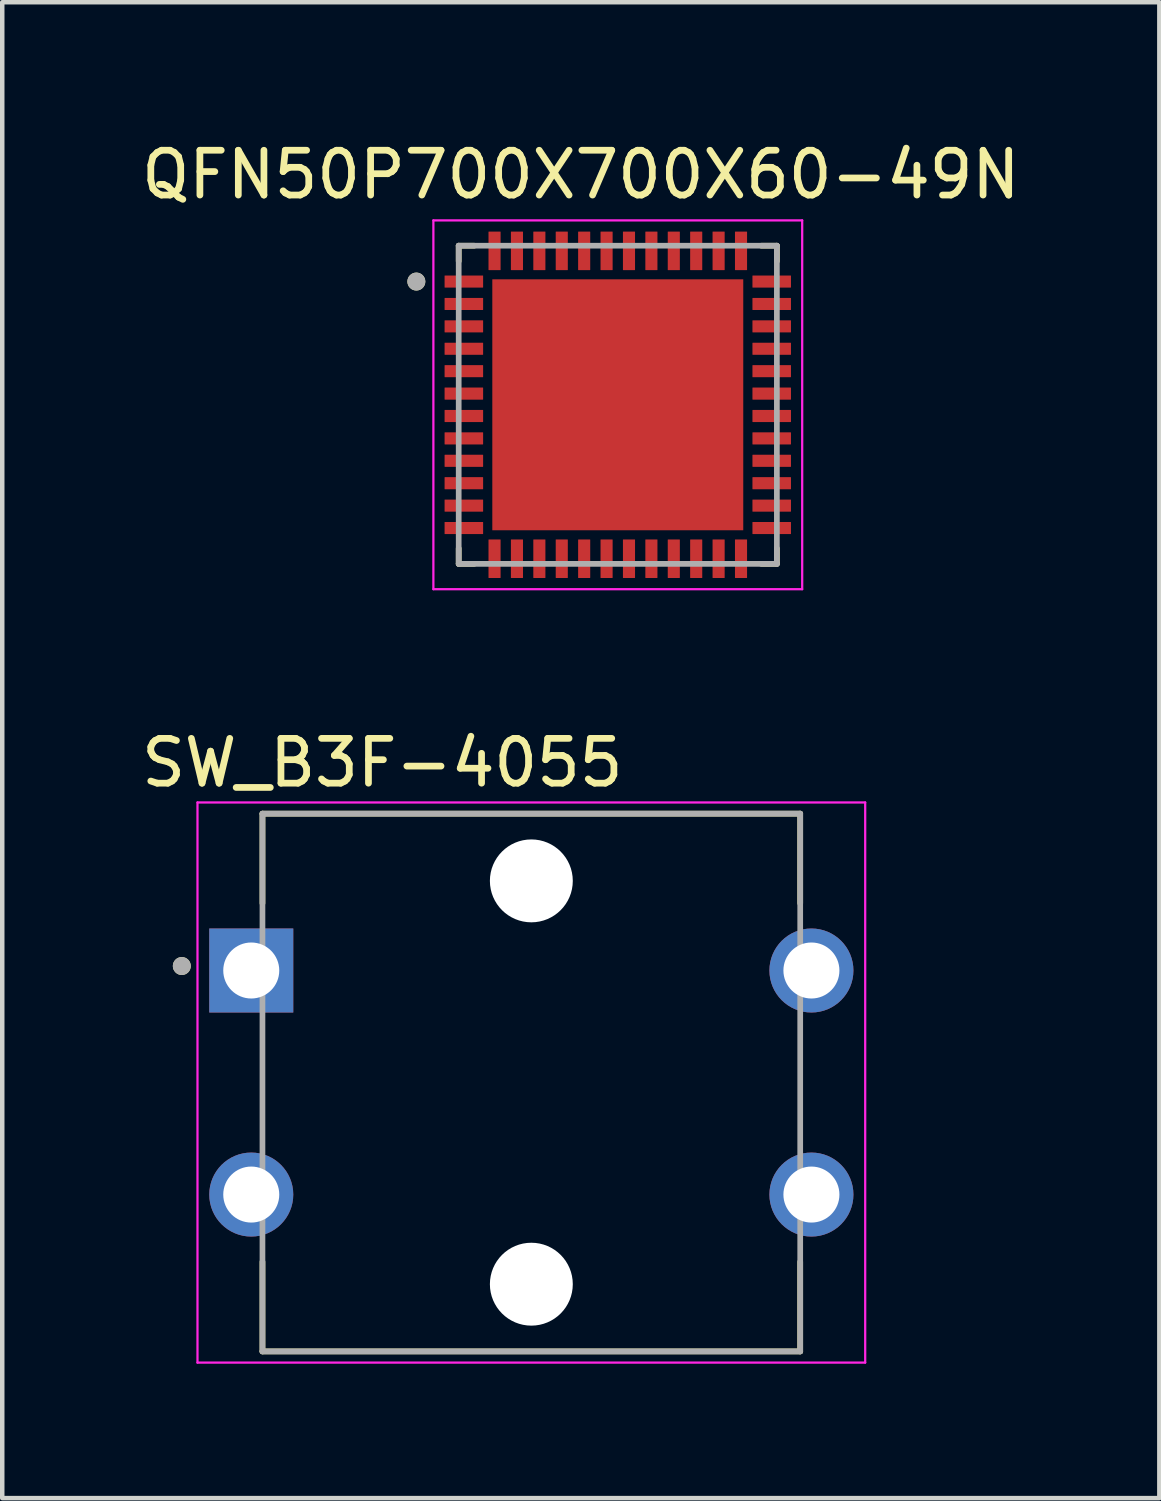
<source format=kicad_pcb>
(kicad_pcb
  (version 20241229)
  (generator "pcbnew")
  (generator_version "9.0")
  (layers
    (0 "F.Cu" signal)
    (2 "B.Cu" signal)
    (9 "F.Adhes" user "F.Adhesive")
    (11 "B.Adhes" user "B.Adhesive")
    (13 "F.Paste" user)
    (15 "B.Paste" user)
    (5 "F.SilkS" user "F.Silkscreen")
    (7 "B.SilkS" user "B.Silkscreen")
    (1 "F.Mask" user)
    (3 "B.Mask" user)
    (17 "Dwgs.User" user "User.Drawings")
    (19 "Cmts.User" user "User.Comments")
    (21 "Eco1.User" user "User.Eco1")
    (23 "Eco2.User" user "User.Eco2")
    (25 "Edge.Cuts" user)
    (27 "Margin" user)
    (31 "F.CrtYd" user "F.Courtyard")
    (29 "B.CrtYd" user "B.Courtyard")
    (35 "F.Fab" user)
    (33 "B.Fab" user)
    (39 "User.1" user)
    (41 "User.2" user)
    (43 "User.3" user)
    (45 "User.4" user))
  (footprint "QFN50P700X700X60-49N"
    (layer "F.Cu")
    (at 10.736 5.983)
    (property "Reference" "QFN50P700X700X60-49N" (at -0.825 -5.135 0) (layer "F.SilkS") (effects (font (size 1 1) (thickness 0.15))))
    (attr through_hole)
    (fp_line (start -3.55 -3.55) (end -3.55 -3.205) (stroke (width 0.127) (type solid)) (layer "F.SilkS"))
    (fp_line (start -3.55 -3.55) (end -3.205 -3.55) (stroke (width 0.127) (type solid)) (layer "F.SilkS"))
    (fp_line (start -3.55 3.55) (end -3.55 3.205) (stroke (width 0.127) (type solid)) (layer "F.SilkS"))
    (fp_line (start -3.55 3.55) (end -3.205 3.55) (stroke (width 0.127) (type solid)) (layer "F.SilkS"))
    (fp_line (start 3.55 -3.55) (end 3.205 -3.55) (stroke (width 0.127) (type solid)) (layer "F.SilkS"))
    (fp_line (start 3.55 -3.55) (end 3.55 -3.205) (stroke (width 0.127) (type solid)) (layer "F.SilkS"))
    (fp_line (start 3.55 3.55) (end 3.205 3.55) (stroke (width 0.127) (type solid)) (layer "F.SilkS"))
    (fp_line (start 3.55 3.55) (end 3.55 3.205) (stroke (width 0.127) (type solid)) (layer "F.SilkS"))
    (fp_circle (center -4.495 -2.75) (end -4.395 -2.75) (stroke (width 0.2) (type solid)) (fill no) (layer "F.SilkS"))
    (fp_poly (pts (xy -2.29 -2.29) (xy -0.51 -2.29) (xy -0.51 -0.51) (xy -2.29 -0.51)) (stroke (width 0.01) (type solid)) (fill yes) (layer "F.Paste"))
    (fp_poly (pts (xy -2.29 0.51) (xy -0.51 0.51) (xy -0.51 2.29) (xy -2.29 2.29)) (stroke (width 0.01) (type solid)) (fill yes) (layer "F.Paste"))
    (fp_poly (pts (xy 0.51 -2.29) (xy 2.29 -2.29) (xy 2.29 -0.51) (xy 0.51 -0.51)) (stroke (width 0.01) (type solid)) (fill yes) (layer "F.Paste"))
    (fp_poly (pts (xy 0.51 0.51) (xy 2.29 0.51) (xy 2.29 2.29) (xy 0.51 2.29)) (stroke (width 0.01) (type solid)) (fill yes) (layer "F.Paste"))
    (fp_line (start -4.115 -4.115) (end 4.115 -4.115) (stroke (width 0.05) (type solid)) (layer "F.CrtYd"))
    (fp_line (start -4.115 4.115) (end -4.115 -4.115) (stroke (width 0.05) (type solid)) (layer "F.CrtYd"))
    (fp_line (start -4.115 4.115) (end 4.115 4.115) (stroke (width 0.05) (type solid)) (layer "F.CrtYd"))
    (fp_line (start 4.115 4.115) (end 4.115 -4.115) (stroke (width 0.05) (type solid)) (layer "F.CrtYd"))
    (fp_line (start -3.55 3.55) (end -3.55 -3.55) (stroke (width 0.127) (type solid)) (layer "F.Fab"))
    (fp_line (start 3.55 -3.55) (end -3.55 -3.55) (stroke (width 0.127) (type solid)) (layer "F.Fab"))
    (fp_line (start 3.55 3.55) (end -3.55 3.55) (stroke (width 0.127) (type solid)) (layer "F.Fab"))
    (fp_line (start 3.55 3.55) (end 3.55 -3.55) (stroke (width 0.127) (type solid)) (layer "F.Fab"))
    (fp_circle (center -4.495 -2.75) (end -4.395 -2.75) (stroke (width 0.2) (type solid)) (fill no) (layer "F.Fab"))
    (pad "1" smd roundrect (at -3.435 -2.75) (size 0.86 0.27) (layers "F.Cu" "F.Mask" "F.Paste") (roundrect_rratio 0.03))
    (pad "2" smd roundrect (at -3.435 -2.25) (size 0.86 0.27) (layers "F.Cu" "F.Mask" "F.Paste") (roundrect_rratio 0.03))
    (pad "3" smd roundrect (at -3.435 -1.75) (size 0.86 0.27) (layers "F.Cu" "F.Mask" "F.Paste") (roundrect_rratio 0.03))
    (pad "4" smd roundrect (at -3.435 -1.25) (size 0.86 0.27) (layers "F.Cu" "F.Mask" "F.Paste") (roundrect_rratio 0.03))
    (pad "5" smd roundrect (at -3.435 -0.75) (size 0.86 0.27) (layers "F.Cu" "F.Mask" "F.Paste") (roundrect_rratio 0.03))
    (pad "6" smd roundrect (at -3.435 -0.25) (size 0.86 0.27) (layers "F.Cu" "F.Mask" "F.Paste") (roundrect_rratio 0.03))
    (pad "7" smd roundrect (at -3.435 0.25) (size 0.86 0.27) (layers "F.Cu" "F.Mask" "F.Paste") (roundrect_rratio 0.03))
    (pad "8" smd roundrect (at -3.435 0.75) (size 0.86 0.27) (layers "F.Cu" "F.Mask" "F.Paste") (roundrect_rratio 0.03))
    (pad "9" smd roundrect (at -3.435 1.25) (size 0.86 0.27) (layers "F.Cu" "F.Mask" "F.Paste") (roundrect_rratio 0.03))
    (pad "10" smd roundrect (at -3.435 1.75) (size 0.86 0.27) (layers "F.Cu" "F.Mask" "F.Paste") (roundrect_rratio 0.03))
    (pad "11" smd roundrect (at -3.435 2.25) (size 0.86 0.27) (layers "F.Cu" "F.Mask" "F.Paste") (roundrect_rratio 0.03))
    (pad "12" smd roundrect (at -3.435 2.75) (size 0.86 0.27) (layers "F.Cu" "F.Mask" "F.Paste") (roundrect_rratio 0.03))
    (pad "13" smd roundrect (at -2.75 3.435 90) (size 0.86 0.27) (layers "F.Cu" "F.Mask" "F.Paste") (roundrect_rratio 0.03))
    (pad "14" smd roundrect (at -2.25 3.435 90) (size 0.86 0.27) (layers "F.Cu" "F.Mask" "F.Paste") (roundrect_rratio 0.03))
    (pad "15" smd roundrect (at -1.75 3.435 90) (size 0.86 0.27) (layers "F.Cu" "F.Mask" "F.Paste") (roundrect_rratio 0.03))
    (pad "16" smd roundrect (at -1.25 3.435 90) (size 0.86 0.27) (layers "F.Cu" "F.Mask" "F.Paste") (roundrect_rratio 0.03))
    (pad "17" smd roundrect (at -0.75 3.435 90) (size 0.86 0.27) (layers "F.Cu" "F.Mask" "F.Paste") (roundrect_rratio 0.03))
    (pad "18" smd roundrect (at -0.25 3.435 90) (size 0.86 0.27) (layers "F.Cu" "F.Mask" "F.Paste") (roundrect_rratio 0.03))
    (pad "19" smd roundrect (at 0.25 3.435 90) (size 0.86 0.27) (layers "F.Cu" "F.Mask" "F.Paste") (roundrect_rratio 0.03))
    (pad "20" smd roundrect (at 0.75 3.435 90) (size 0.86 0.27) (layers "F.Cu" "F.Mask" "F.Paste") (roundrect_rratio 0.03))
    (pad "21" smd roundrect (at 1.25 3.435 90) (size 0.86 0.27) (layers "F.Cu" "F.Mask" "F.Paste") (roundrect_rratio 0.03))
    (pad "22" smd roundrect (at 1.75 3.435 90) (size 0.86 0.27) (layers "F.Cu" "F.Mask" "F.Paste") (roundrect_rratio 0.03))
    (pad "23" smd roundrect (at 2.25 3.435 90) (size 0.86 0.27) (layers "F.Cu" "F.Mask" "F.Paste") (roundrect_rratio 0.03))
    (pad "24" smd roundrect (at 2.75 3.435 90) (size 0.86 0.27) (layers "F.Cu" "F.Mask" "F.Paste") (roundrect_rratio 0.03))
    (pad "25" smd roundrect (at 3.435 2.75) (size 0.86 0.27) (layers "F.Cu" "F.Mask" "F.Paste") (roundrect_rratio 0.03))
    (pad "26" smd roundrect (at 3.435 2.25) (size 0.86 0.27) (layers "F.Cu" "F.Mask" "F.Paste") (roundrect_rratio 0.03))
    (pad "27" smd roundrect (at 3.435 1.75) (size 0.86 0.27) (layers "F.Cu" "F.Mask" "F.Paste") (roundrect_rratio 0.03))
    (pad "28" smd roundrect (at 3.435 1.25) (size 0.86 0.27) (layers "F.Cu" "F.Mask" "F.Paste") (roundrect_rratio 0.03))
    (pad "29" smd roundrect (at 3.435 0.75) (size 0.86 0.27) (layers "F.Cu" "F.Mask" "F.Paste") (roundrect_rratio 0.03))
    (pad "30" smd roundrect (at 3.435 0.25) (size 0.86 0.27) (layers "F.Cu" "F.Mask" "F.Paste") (roundrect_rratio 0.03))
    (pad "31" smd roundrect (at 3.435 -0.25) (size 0.86 0.27) (layers "F.Cu" "F.Mask" "F.Paste") (roundrect_rratio 0.03))
    (pad "32" smd roundrect (at 3.435 -0.75) (size 0.86 0.27) (layers "F.Cu" "F.Mask" "F.Paste") (roundrect_rratio 0.03))
    (pad "33" smd roundrect (at 3.435 -1.25) (size 0.86 0.27) (layers "F.Cu" "F.Mask" "F.Paste") (roundrect_rratio 0.03))
    (pad "34" smd roundrect (at 3.435 -1.75) (size 0.86 0.27) (layers "F.Cu" "F.Mask" "F.Paste") (roundrect_rratio 0.03))
    (pad "35" smd roundrect (at 3.435 -2.25) (size 0.86 0.27) (layers "F.Cu" "F.Mask" "F.Paste") (roundrect_rratio 0.03))
    (pad "36" smd roundrect (at 3.435 -2.75) (size 0.86 0.27) (layers "F.Cu" "F.Mask" "F.Paste") (roundrect_rratio 0.03))
    (pad "37" smd roundrect (at 2.75 -3.435 90) (size 0.86 0.27) (layers "F.Cu" "F.Mask" "F.Paste") (roundrect_rratio 0.03))
    (pad "38" smd roundrect (at 2.25 -3.435 90) (size 0.86 0.27) (layers "F.Cu" "F.Mask" "F.Paste") (roundrect_rratio 0.03))
    (pad "39" smd roundrect (at 1.75 -3.435 90) (size 0.86 0.27) (layers "F.Cu" "F.Mask" "F.Paste") (roundrect_rratio 0.03))
    (pad "40" smd roundrect (at 1.25 -3.435 90) (size 0.86 0.27) (layers "F.Cu" "F.Mask" "F.Paste") (roundrect_rratio 0.03))
    (pad "41" smd roundrect (at 0.75 -3.435 90) (size 0.86 0.27) (layers "F.Cu" "F.Mask" "F.Paste") (roundrect_rratio 0.03))
    (pad "42" smd roundrect (at 0.25 -3.435 90) (size 0.86 0.27) (layers "F.Cu" "F.Mask" "F.Paste") (roundrect_rratio 0.03))
    (pad "43" smd roundrect (at -0.25 -3.435 90) (size 0.86 0.27) (layers "F.Cu" "F.Mask" "F.Paste") (roundrect_rratio 0.03))
    (pad "44" smd roundrect (at -0.75 -3.435 90) (size 0.86 0.27) (layers "F.Cu" "F.Mask" "F.Paste") (roundrect_rratio 0.03))
    (pad "45" smd roundrect (at -1.25 -3.435 90) (size 0.86 0.27) (layers "F.Cu" "F.Mask" "F.Paste") (roundrect_rratio 0.03))
    (pad "46" smd roundrect (at -1.75 -3.435 90) (size 0.86 0.27) (layers "F.Cu" "F.Mask" "F.Paste") (roundrect_rratio 0.03))
    (pad "47" smd roundrect (at -2.25 -3.435 90) (size 0.86 0.27) (layers "F.Cu" "F.Mask" "F.Paste") (roundrect_rratio 0.03))
    (pad "48" smd roundrect (at -2.75 -3.435 90) (size 0.86 0.27) (layers "F.Cu" "F.Mask" "F.Paste") (roundrect_rratio 0.03))
    (pad "49" smd rect (at 0 0) (size 5.6 5.6) (layers "F.Cu" "F.Mask")))
  (footprint "SW_B3F-4055"
    (layer "F.Cu")
    (at 8.807 21.107)
    (property "Reference" "SW_B3F-4055" (at -3.325 -7.135 0) (layer "F.SilkS") (effects (font (size 1 1) (thickness 0.15))))
    (attr through_hole)
    (fp_line (start -6 -6) (end 6 -6) (stroke (width 0.127) (type solid)) (layer "F.SilkS"))
    (fp_line (start -6 -4) (end -6 -6) (stroke (width 0.127) (type solid)) (layer "F.SilkS"))
    (fp_line (start -6 4) (end -6 6) (stroke (width 0.127) (type solid)) (layer "F.SilkS"))
    (fp_line (start -6 6) (end 6 6) (stroke (width 0.127) (type solid)) (layer "F.SilkS"))
    (fp_line (start 6 -6) (end 6 -4) (stroke (width 0.127) (type solid)) (layer "F.SilkS"))
    (fp_line (start 6 6) (end 6 4) (stroke (width 0.127) (type solid)) (layer "F.SilkS"))
    (fp_circle (center -7.8 -2.6) (end -7.7 -2.6) (stroke (width 0.2) (type solid)) (fill no) (layer "F.SilkS"))
    (fp_line (start -7.45 -6.25) (end -7.45 6.25) (stroke (width 0.05) (type solid)) (layer "F.CrtYd"))
    (fp_line (start -7.45 6.25) (end 7.45 6.25) (stroke (width 0.05) (type solid)) (layer "F.CrtYd"))
    (fp_line (start 7.45 -6.25) (end -7.45 -6.25) (stroke (width 0.05) (type solid)) (layer "F.CrtYd"))
    (fp_line (start 7.45 6.25) (end 7.45 -6.25) (stroke (width 0.05) (type solid)) (layer "F.CrtYd"))
    (fp_line (start -6 -6) (end -6 6) (stroke (width 0.127) (type solid)) (layer "F.Fab"))
    (fp_line (start -6 6) (end 6 6) (stroke (width 0.127) (type solid)) (layer "F.Fab"))
    (fp_line (start 6 -6) (end -6 -6) (stroke (width 0.127) (type solid)) (layer "F.Fab"))
    (fp_line (start 6 6) (end 6 -6) (stroke (width 0.127) (type solid)) (layer "F.Fab"))
    (fp_circle (center -7.8 -2.6) (end -7.7 -2.6) (stroke (width 0.2) (type solid)) (fill no) (layer "F.Fab"))
    (pad "" np_thru_hole circle (at 0 -4.5) (size 1.85 1.85) (drill 1.85) (layers "*.Cu" "*.Mask"))
    (pad "" np_thru_hole circle (at 0 4.5) (size 1.85 1.85) (drill 1.85) (layers "*.Cu" "*.Mask"))
    (pad "1" thru_hole rect (at -6.25 -2.5) (size 1.875 1.875) (drill 1.25) (layers "*.Cu" "*.Mask"))
    (pad "2" thru_hole circle (at 6.25 -2.5) (size 1.875 1.875) (drill 1.25) (layers "*.Cu" "*.Mask"))
    (pad "3" thru_hole circle (at -6.25 2.5) (size 1.875 1.875) (drill 1.25) (layers "*.Cu" "*.Mask"))
    (pad "4" thru_hole circle (at 6.25 2.5) (size 1.875 1.875) (drill 1.25) (layers "*.Cu" "*.Mask")))
  (gr_rect
    (start -3 -3)
    (end 22.821 30.381)
    (stroke (width 0.1) (type default))
    (fill no)
    (layer "Edge.Cuts")))
</source>
